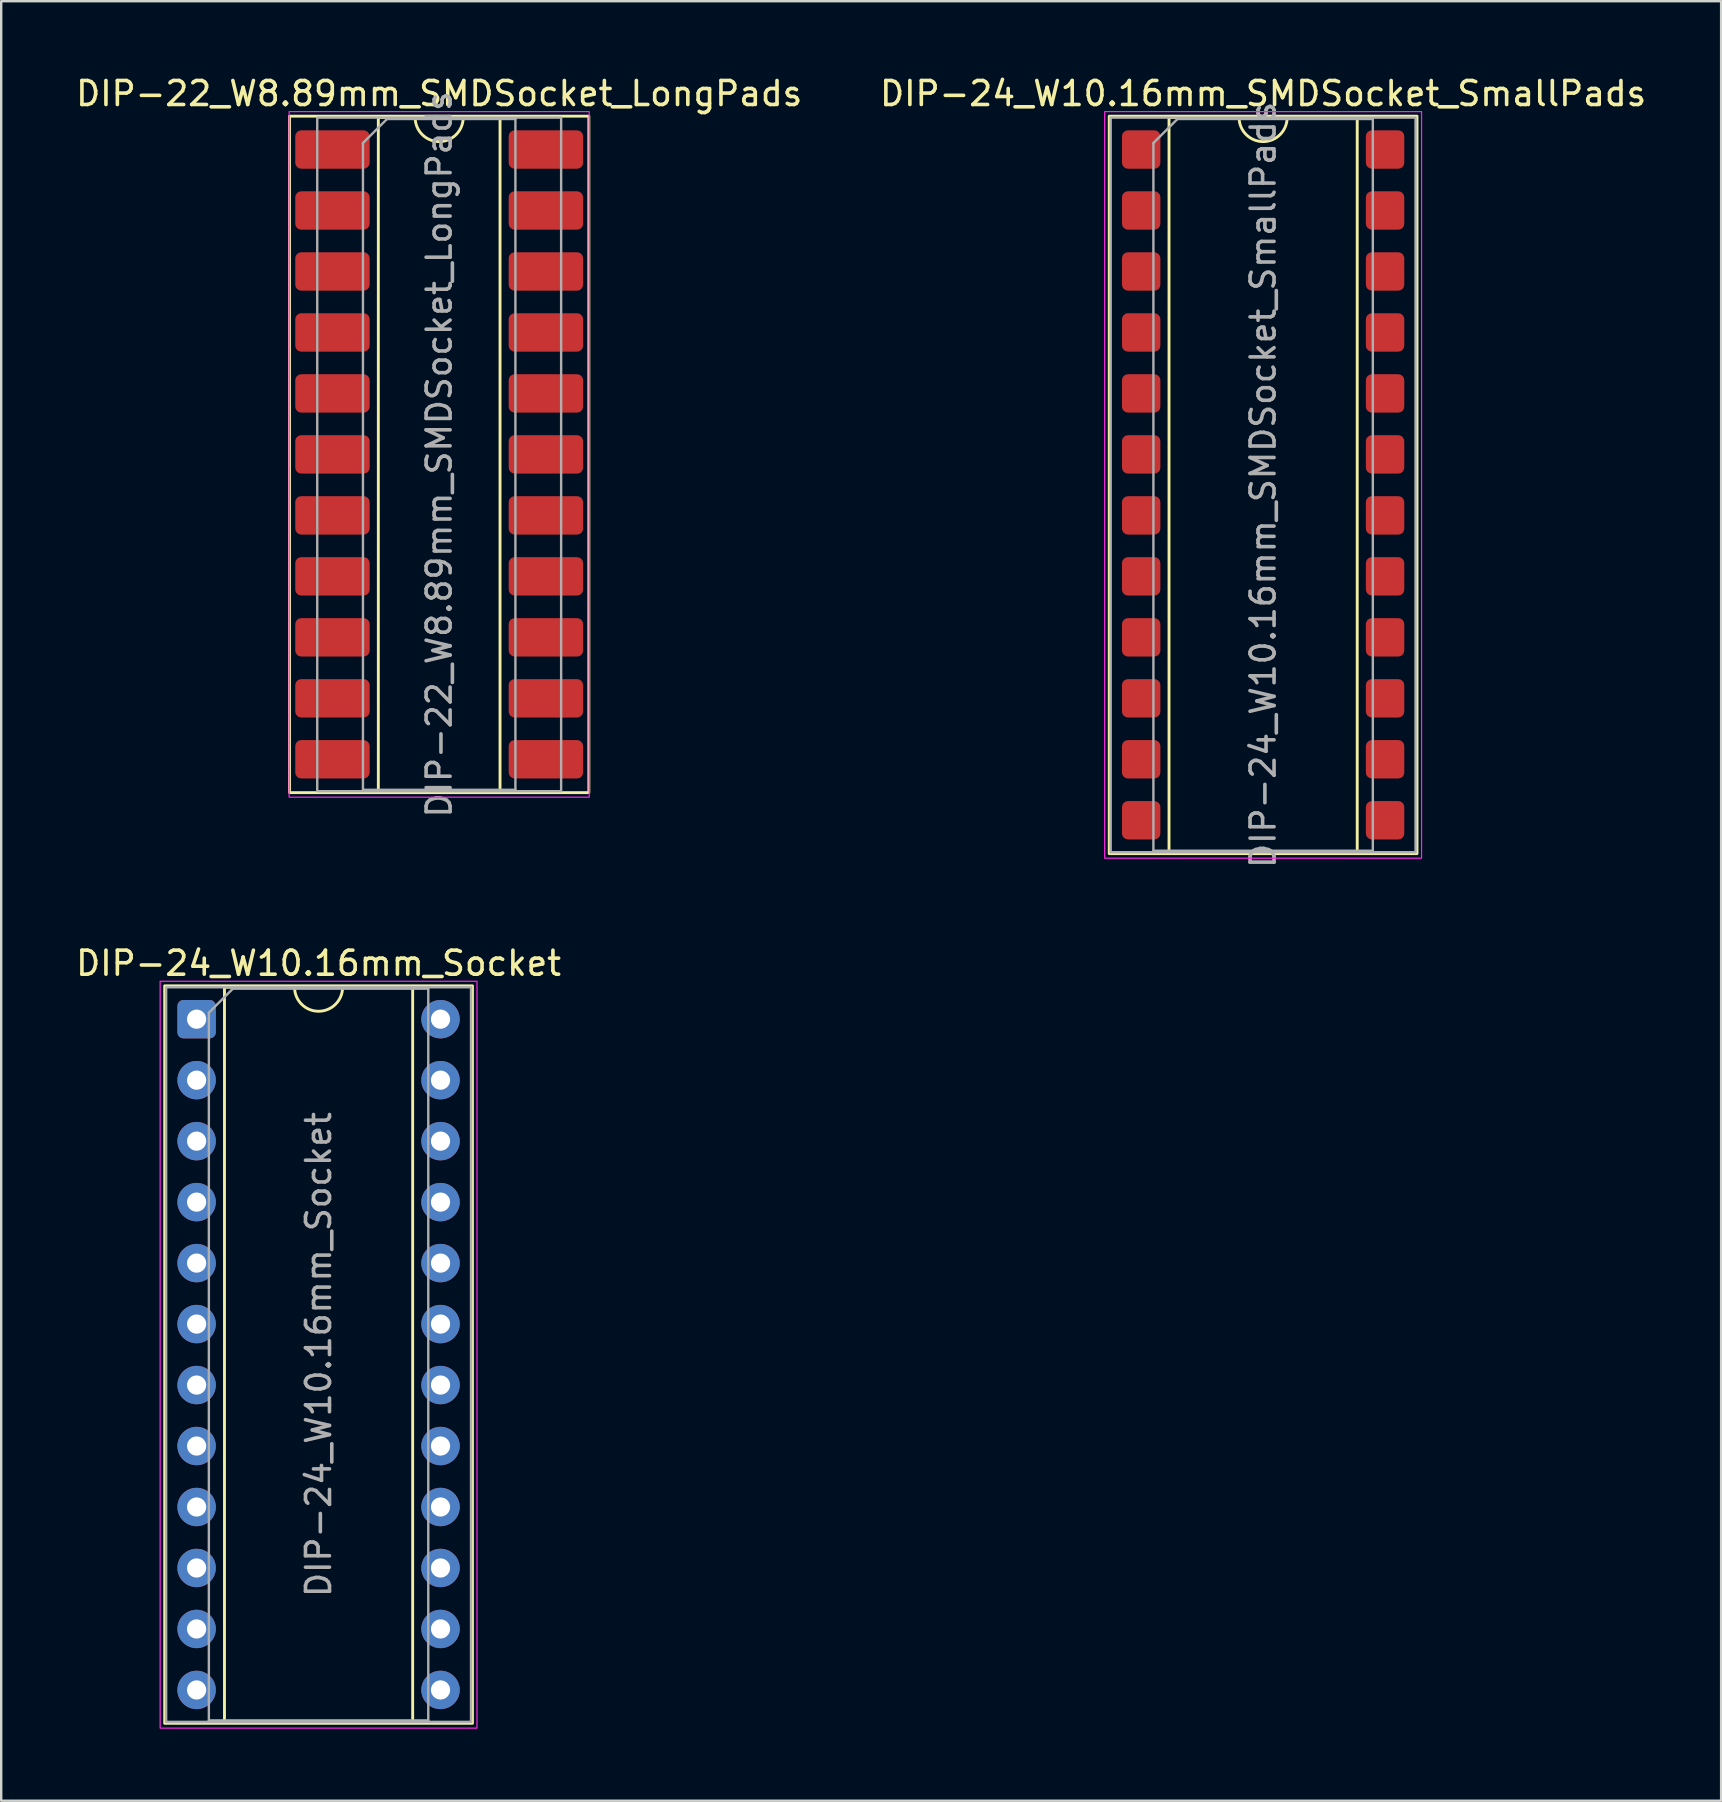
<source format=kicad_pcb>
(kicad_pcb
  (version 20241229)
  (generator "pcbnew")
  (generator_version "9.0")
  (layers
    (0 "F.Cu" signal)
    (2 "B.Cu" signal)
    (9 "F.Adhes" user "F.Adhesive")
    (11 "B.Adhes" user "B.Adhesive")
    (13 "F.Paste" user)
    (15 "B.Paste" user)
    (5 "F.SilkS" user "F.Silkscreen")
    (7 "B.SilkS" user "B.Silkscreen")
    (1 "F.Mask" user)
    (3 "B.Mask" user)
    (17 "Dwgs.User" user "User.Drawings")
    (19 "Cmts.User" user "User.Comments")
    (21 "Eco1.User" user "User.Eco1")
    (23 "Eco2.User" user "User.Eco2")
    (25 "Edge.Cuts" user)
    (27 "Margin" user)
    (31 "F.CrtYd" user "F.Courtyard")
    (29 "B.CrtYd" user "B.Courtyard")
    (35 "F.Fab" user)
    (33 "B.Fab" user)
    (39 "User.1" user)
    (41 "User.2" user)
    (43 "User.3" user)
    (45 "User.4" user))
  (footprint "DIP-24_W10.16mm_Socket"
    (layer "F.Cu")
    (at 5.14 39.404)
    (property "Reference" "DIP-24_W10.16mm_Socket" (at 5.08 -2.33 0) (layer "F.SilkS") (effects (font (size 1 1) (thickness 0.15))))
    (attr through_hole)
    (fp_line (start 1.16 -1.33) (end 1.16 29.27) (stroke (width 0.12) (type solid)) (layer "F.SilkS"))
    (fp_line (start 1.16 29.27) (end 9 29.27) (stroke (width 0.12) (type solid)) (layer "F.SilkS"))
    (fp_line (start 4.08 -1.33) (end 1.16 -1.33) (stroke (width 0.12) (type solid)) (layer "F.SilkS"))
    (fp_line (start 9 -1.33) (end 6.08 -1.33) (stroke (width 0.12) (type solid)) (layer "F.SilkS"))
    (fp_line (start 9 29.27) (end 9 -1.33) (stroke (width 0.12) (type solid)) (layer "F.SilkS"))
    (fp_rect (start -1.33 -1.39) (end 11.49 29.33) (stroke (width 0.12) (type solid)) (fill no) (layer "F.SilkS"))
    (fp_arc (start 6.08 -1.33) (mid 5.08 -0.33) (end 4.08 -1.33) (stroke (width 0.12) (type solid)) (layer "F.SilkS"))
    (fp_rect (start -1.52 -1.58) (end 11.68 29.53) (stroke (width 0.05) (type solid)) (fill no) (layer "F.CrtYd"))
    (fp_line (start 0.51 -0.27) (end 1.51 -1.27) (stroke (width 0.1) (type solid)) (layer "F.Fab"))
    (fp_line (start 0.51 29.21) (end 0.51 -0.27) (stroke (width 0.1) (type solid)) (layer "F.Fab"))
    (fp_line (start 1.51 -1.27) (end 9.65 -1.27) (stroke (width 0.1) (type solid)) (layer "F.Fab"))
    (fp_line (start 9.65 -1.27) (end 9.65 29.21) (stroke (width 0.1) (type solid)) (layer "F.Fab"))
    (fp_line (start 9.65 29.21) (end 0.51 29.21) (stroke (width 0.1) (type solid)) (layer "F.Fab"))
    (fp_rect (start -1.27 -1.33) (end 11.43 29.27) (stroke (width 0.1) (type solid)) (fill no) (layer "F.Fab"))
    (fp_text user "${REFERENCE}" (at 5.08 13.97 90) (layer "F.Fab") (effects (font (size 1 1) (thickness 0.15))))
    (pad "1" thru_hole roundrect (at 0 0) (size 1.6 1.6) (drill 0.8) (layers "*.Cu" "*.Mask") (roundrect_rratio 0.156))
    (pad "2" thru_hole circle (at 0 2.54) (size 1.6 1.6) (drill 0.8) (layers "*.Cu" "*.Mask"))
    (pad "3" thru_hole circle (at 0 5.08) (size 1.6 1.6) (drill 0.8) (layers "*.Cu" "*.Mask"))
    (pad "4" thru_hole circle (at 0 7.62) (size 1.6 1.6) (drill 0.8) (layers "*.Cu" "*.Mask"))
    (pad "5" thru_hole circle (at 0 10.16) (size 1.6 1.6) (drill 0.8) (layers "*.Cu" "*.Mask"))
    (pad "6" thru_hole circle (at 0 12.7) (size 1.6 1.6) (drill 0.8) (layers "*.Cu" "*.Mask"))
    (pad "7" thru_hole circle (at 0 15.24) (size 1.6 1.6) (drill 0.8) (layers "*.Cu" "*.Mask"))
    (pad "8" thru_hole circle (at 0 17.78) (size 1.6 1.6) (drill 0.8) (layers "*.Cu" "*.Mask"))
    (pad "9" thru_hole circle (at 0 20.32) (size 1.6 1.6) (drill 0.8) (layers "*.Cu" "*.Mask"))
    (pad "10" thru_hole circle (at 0 22.86) (size 1.6 1.6) (drill 0.8) (layers "*.Cu" "*.Mask"))
    (pad "11" thru_hole circle (at 0 25.4) (size 1.6 1.6) (drill 0.8) (layers "*.Cu" "*.Mask"))
    (pad "12" thru_hole circle (at 0 27.94) (size 1.6 1.6) (drill 0.8) (layers "*.Cu" "*.Mask"))
    (pad "13" thru_hole circle (at 10.16 27.94) (size 1.6 1.6) (drill 0.8) (layers "*.Cu" "*.Mask"))
    (pad "14" thru_hole circle (at 10.16 25.4) (size 1.6 1.6) (drill 0.8) (layers "*.Cu" "*.Mask"))
    (pad "15" thru_hole circle (at 10.16 22.86) (size 1.6 1.6) (drill 0.8) (layers "*.Cu" "*.Mask"))
    (pad "16" thru_hole circle (at 10.16 20.32) (size 1.6 1.6) (drill 0.8) (layers "*.Cu" "*.Mask"))
    (pad "17" thru_hole circle (at 10.16 17.78) (size 1.6 1.6) (drill 0.8) (layers "*.Cu" "*.Mask"))
    (pad "18" thru_hole circle (at 10.16 15.24) (size 1.6 1.6) (drill 0.8) (layers "*.Cu" "*.Mask"))
    (pad "19" thru_hole circle (at 10.16 12.7) (size 1.6 1.6) (drill 0.8) (layers "*.Cu" "*.Mask"))
    (pad "20" thru_hole circle (at 10.16 10.16) (size 1.6 1.6) (drill 0.8) (layers "*.Cu" "*.Mask"))
    (pad "21" thru_hole circle (at 10.16 7.62) (size 1.6 1.6) (drill 0.8) (layers "*.Cu" "*.Mask"))
    (pad "22" thru_hole circle (at 10.16 5.08) (size 1.6 1.6) (drill 0.8) (layers "*.Cu" "*.Mask"))
    (pad "23" thru_hole circle (at 10.16 2.54) (size 1.6 1.6) (drill 0.8) (layers "*.Cu" "*.Mask"))
    (pad "24" thru_hole circle (at 10.16 0) (size 1.6 1.6) (drill 0.8) (layers "*.Cu" "*.Mask")))
  (footprint "DIP-24_W10.16mm_SMDSocket_SmallPads"
    (layer "F.Cu")
    (at 49.565 17.148)
    (property "Reference" "DIP-24_W10.16mm_SMDSocket_SmallPads" (at 0 -16.3 0) (layer "F.SilkS") (effects (font (size 1 1) (thickness 0.15))))
    (attr smd)
    (fp_line (start -3.92 -15.3) (end -3.92 15.3) (stroke (width 0.12) (type solid)) (layer "F.SilkS"))
    (fp_line (start -3.92 15.3) (end 3.92 15.3) (stroke (width 0.12) (type solid)) (layer "F.SilkS"))
    (fp_line (start -1 -15.3) (end -3.92 -15.3) (stroke (width 0.12) (type solid)) (layer "F.SilkS"))
    (fp_line (start 3.92 -15.3) (end 1 -15.3) (stroke (width 0.12) (type solid)) (layer "F.SilkS"))
    (fp_line (start 3.92 15.3) (end 3.92 -15.3) (stroke (width 0.12) (type solid)) (layer "F.SilkS"))
    (fp_rect (start -6.41 -15.36) (end 6.41 15.36) (stroke (width 0.12) (type solid)) (fill no) (layer "F.SilkS"))
    (fp_arc (start 1 -15.3) (mid 0 -14.3) (end -1 -15.3) (stroke (width 0.12) (type solid)) (layer "F.SilkS"))
    (fp_rect (start -6.6 -15.55) (end 6.6 15.55) (stroke (width 0.05) (type solid)) (fill no) (layer "F.CrtYd"))
    (fp_line (start -4.57 -14.24) (end -3.57 -15.24) (stroke (width 0.1) (type solid)) (layer "F.Fab"))
    (fp_line (start -4.57 15.24) (end -4.57 -14.24) (stroke (width 0.1) (type solid)) (layer "F.Fab"))
    (fp_line (start -3.57 -15.24) (end 4.57 -15.24) (stroke (width 0.1) (type solid)) (layer "F.Fab"))
    (fp_line (start 4.57 -15.24) (end 4.57 15.24) (stroke (width 0.1) (type solid)) (layer "F.Fab"))
    (fp_line (start 4.57 15.24) (end -4.57 15.24) (stroke (width 0.1) (type solid)) (layer "F.Fab"))
    (fp_rect (start -6.35 -15.3) (end 6.35 15.3) (stroke (width 0.1) (type solid)) (fill no) (layer "F.Fab"))
    (fp_text user "${REFERENCE}" (at 0 0 90) (layer "F.Fab") (effects (font (size 1 1) (thickness 0.15))))
    (pad "1" smd roundrect (at -5.08 -13.97) (size 1.6 1.6) (layers "F.Cu" "F.Mask" "F.Paste") (roundrect_rratio 0.156))
    (pad "2" smd roundrect (at -5.08 -11.43) (size 1.6 1.6) (layers "F.Cu" "F.Mask" "F.Paste") (roundrect_rratio 0.156))
    (pad "3" smd roundrect (at -5.08 -8.89) (size 1.6 1.6) (layers "F.Cu" "F.Mask" "F.Paste") (roundrect_rratio 0.156))
    (pad "4" smd roundrect (at -5.08 -6.35) (size 1.6 1.6) (layers "F.Cu" "F.Mask" "F.Paste") (roundrect_rratio 0.156))
    (pad "5" smd roundrect (at -5.08 -3.81) (size 1.6 1.6) (layers "F.Cu" "F.Mask" "F.Paste") (roundrect_rratio 0.156))
    (pad "6" smd roundrect (at -5.08 -1.27) (size 1.6 1.6) (layers "F.Cu" "F.Mask" "F.Paste") (roundrect_rratio 0.156))
    (pad "7" smd roundrect (at -5.08 1.27) (size 1.6 1.6) (layers "F.Cu" "F.Mask" "F.Paste") (roundrect_rratio 0.156))
    (pad "8" smd roundrect (at -5.08 3.81) (size 1.6 1.6) (layers "F.Cu" "F.Mask" "F.Paste") (roundrect_rratio 0.156))
    (pad "9" smd roundrect (at -5.08 6.35) (size 1.6 1.6) (layers "F.Cu" "F.Mask" "F.Paste") (roundrect_rratio 0.156))
    (pad "10" smd roundrect (at -5.08 8.89) (size 1.6 1.6) (layers "F.Cu" "F.Mask" "F.Paste") (roundrect_rratio 0.156))
    (pad "11" smd roundrect (at -5.08 11.43) (size 1.6 1.6) (layers "F.Cu" "F.Mask" "F.Paste") (roundrect_rratio 0.156))
    (pad "12" smd roundrect (at -5.08 13.97) (size 1.6 1.6) (layers "F.Cu" "F.Mask" "F.Paste") (roundrect_rratio 0.156))
    (pad "13" smd roundrect (at 5.08 13.97) (size 1.6 1.6) (layers "F.Cu" "F.Mask" "F.Paste") (roundrect_rratio 0.156))
    (pad "14" smd roundrect (at 5.08 11.43) (size 1.6 1.6) (layers "F.Cu" "F.Mask" "F.Paste") (roundrect_rratio 0.156))
    (pad "15" smd roundrect (at 5.08 8.89) (size 1.6 1.6) (layers "F.Cu" "F.Mask" "F.Paste") (roundrect_rratio 0.156))
    (pad "16" smd roundrect (at 5.08 6.35) (size 1.6 1.6) (layers "F.Cu" "F.Mask" "F.Paste") (roundrect_rratio 0.156))
    (pad "17" smd roundrect (at 5.08 3.81) (size 1.6 1.6) (layers "F.Cu" "F.Mask" "F.Paste") (roundrect_rratio 0.156))
    (pad "18" smd roundrect (at 5.08 1.27) (size 1.6 1.6) (layers "F.Cu" "F.Mask" "F.Paste") (roundrect_rratio 0.156))
    (pad "19" smd roundrect (at 5.08 -1.27) (size 1.6 1.6) (layers "F.Cu" "F.Mask" "F.Paste") (roundrect_rratio 0.156))
    (pad "20" smd roundrect (at 5.08 -3.81) (size 1.6 1.6) (layers "F.Cu" "F.Mask" "F.Paste") (roundrect_rratio 0.156))
    (pad "21" smd roundrect (at 5.08 -6.35) (size 1.6 1.6) (layers "F.Cu" "F.Mask" "F.Paste") (roundrect_rratio 0.156))
    (pad "22" smd roundrect (at 5.08 -8.89) (size 1.6 1.6) (layers "F.Cu" "F.Mask" "F.Paste") (roundrect_rratio 0.156))
    (pad "23" smd roundrect (at 5.08 -11.43) (size 1.6 1.6) (layers "F.Cu" "F.Mask" "F.Paste") (roundrect_rratio 0.156))
    (pad "24" smd roundrect (at 5.08 -13.97) (size 1.6 1.6) (layers "F.Cu" "F.Mask" "F.Paste") (roundrect_rratio 0.156)))
  (footprint "DIP-22_W8.89mm_SMDSocket_LongPads"
    (layer "F.Cu")
    (at 15.244 15.878)
    (property "Reference" "DIP-22_W8.89mm_SMDSocket_LongPads" (at 0 -15.03 0) (layer "F.SilkS") (effects (font (size 1 1) (thickness 0.15))))
    (attr smd)
    (fp_line (start -2.535 -14.03) (end -2.535 14.03) (stroke (width 0.12) (type solid)) (layer "F.SilkS"))
    (fp_line (start -2.535 14.03) (end 2.535 14.03) (stroke (width 0.12) (type solid)) (layer "F.SilkS"))
    (fp_line (start -1 -14.03) (end -2.535 -14.03) (stroke (width 0.12) (type solid)) (layer "F.SilkS"))
    (fp_line (start 2.535 -14.03) (end 1 -14.03) (stroke (width 0.12) (type solid)) (layer "F.SilkS"))
    (fp_line (start 2.535 14.03) (end 2.535 -14.03) (stroke (width 0.12) (type solid)) (layer "F.SilkS"))
    (fp_rect (start -6.235 -14.09) (end 6.235 14.09) (stroke (width 0.12) (type solid)) (fill no) (layer "F.SilkS"))
    (fp_arc (start 1 -14.03) (mid 0 -13.03) (end -1 -14.03) (stroke (width 0.12) (type solid)) (layer "F.SilkS"))
    (fp_rect (start -6.25 -14.28) (end 6.25 14.28) (stroke (width 0.05) (type solid)) (fill no) (layer "F.CrtYd"))
    (fp_line (start -3.175 -12.97) (end -2.175 -13.97) (stroke (width 0.1) (type solid)) (layer "F.Fab"))
    (fp_line (start -3.175 13.97) (end -3.175 -12.97) (stroke (width 0.1) (type solid)) (layer "F.Fab"))
    (fp_line (start -2.175 -13.97) (end 3.175 -13.97) (stroke (width 0.1) (type solid)) (layer "F.Fab"))
    (fp_line (start 3.175 -13.97) (end 3.175 13.97) (stroke (width 0.1) (type solid)) (layer "F.Fab"))
    (fp_line (start 3.175 13.97) (end -3.175 13.97) (stroke (width 0.1) (type solid)) (layer "F.Fab"))
    (fp_rect (start -5.08 -14.03) (end 5.08 14.03) (stroke (width 0.1) (type solid)) (fill no) (layer "F.Fab"))
    (fp_text user "${REFERENCE}" (at 0 0 90) (layer "F.Fab") (effects (font (size 1 1) (thickness 0.15))))
    (pad "1" smd roundrect (at -4.445 -12.7) (size 3.1 1.6) (layers "F.Cu" "F.Mask" "F.Paste") (roundrect_rratio 0.156))
    (pad "2" smd roundrect (at -4.445 -10.16) (size 3.1 1.6) (layers "F.Cu" "F.Mask" "F.Paste") (roundrect_rratio 0.156))
    (pad "3" smd roundrect (at -4.445 -7.62) (size 3.1 1.6) (layers "F.Cu" "F.Mask" "F.Paste") (roundrect_rratio 0.156))
    (pad "4" smd roundrect (at -4.445 -5.08) (size 3.1 1.6) (layers "F.Cu" "F.Mask" "F.Paste") (roundrect_rratio 0.156))
    (pad "5" smd roundrect (at -4.445 -2.54) (size 3.1 1.6) (layers "F.Cu" "F.Mask" "F.Paste") (roundrect_rratio 0.156))
    (pad "6" smd roundrect (at -4.445 0) (size 3.1 1.6) (layers "F.Cu" "F.Mask" "F.Paste") (roundrect_rratio 0.156))
    (pad "7" smd roundrect (at -4.445 2.54) (size 3.1 1.6) (layers "F.Cu" "F.Mask" "F.Paste") (roundrect_rratio 0.156))
    (pad "8" smd roundrect (at -4.445 5.08) (size 3.1 1.6) (layers "F.Cu" "F.Mask" "F.Paste") (roundrect_rratio 0.156))
    (pad "9" smd roundrect (at -4.445 7.62) (size 3.1 1.6) (layers "F.Cu" "F.Mask" "F.Paste") (roundrect_rratio 0.156))
    (pad "10" smd roundrect (at -4.445 10.16) (size 3.1 1.6) (layers "F.Cu" "F.Mask" "F.Paste") (roundrect_rratio 0.156))
    (pad "11" smd roundrect (at -4.445 12.7) (size 3.1 1.6) (layers "F.Cu" "F.Mask" "F.Paste") (roundrect_rratio 0.156))
    (pad "12" smd roundrect (at 4.445 12.7) (size 3.1 1.6) (layers "F.Cu" "F.Mask" "F.Paste") (roundrect_rratio 0.156))
    (pad "13" smd roundrect (at 4.445 10.16) (size 3.1 1.6) (layers "F.Cu" "F.Mask" "F.Paste") (roundrect_rratio 0.156))
    (pad "14" smd roundrect (at 4.445 7.62) (size 3.1 1.6) (layers "F.Cu" "F.Mask" "F.Paste") (roundrect_rratio 0.156))
    (pad "15" smd roundrect (at 4.445 5.08) (size 3.1 1.6) (layers "F.Cu" "F.Mask" "F.Paste") (roundrect_rratio 0.156))
    (pad "16" smd roundrect (at 4.445 2.54) (size 3.1 1.6) (layers "F.Cu" "F.Mask" "F.Paste") (roundrect_rratio 0.156))
    (pad "17" smd roundrect (at 4.445 0) (size 3.1 1.6) (layers "F.Cu" "F.Mask" "F.Paste") (roundrect_rratio 0.156))
    (pad "18" smd roundrect (at 4.445 -2.54) (size 3.1 1.6) (layers "F.Cu" "F.Mask" "F.Paste") (roundrect_rratio 0.156))
    (pad "19" smd roundrect (at 4.445 -5.08) (size 3.1 1.6) (layers "F.Cu" "F.Mask" "F.Paste") (roundrect_rratio 0.156))
    (pad "20" smd roundrect (at 4.445 -7.62) (size 3.1 1.6) (layers "F.Cu" "F.Mask" "F.Paste") (roundrect_rratio 0.156))
    (pad "21" smd roundrect (at 4.445 -10.16) (size 3.1 1.6) (layers "F.Cu" "F.Mask" "F.Paste") (roundrect_rratio 0.156))
    (pad "22" smd roundrect (at 4.445 -12.7) (size 3.1 1.6) (layers "F.Cu" "F.Mask" "F.Paste") (roundrect_rratio 0.156)))
  (gr_rect
    (start -3 -3)
    (end 68.643 71.959)
    (stroke (width 0.1) (type default))
    (fill no)
    (layer "Edge.Cuts")))
</source>
